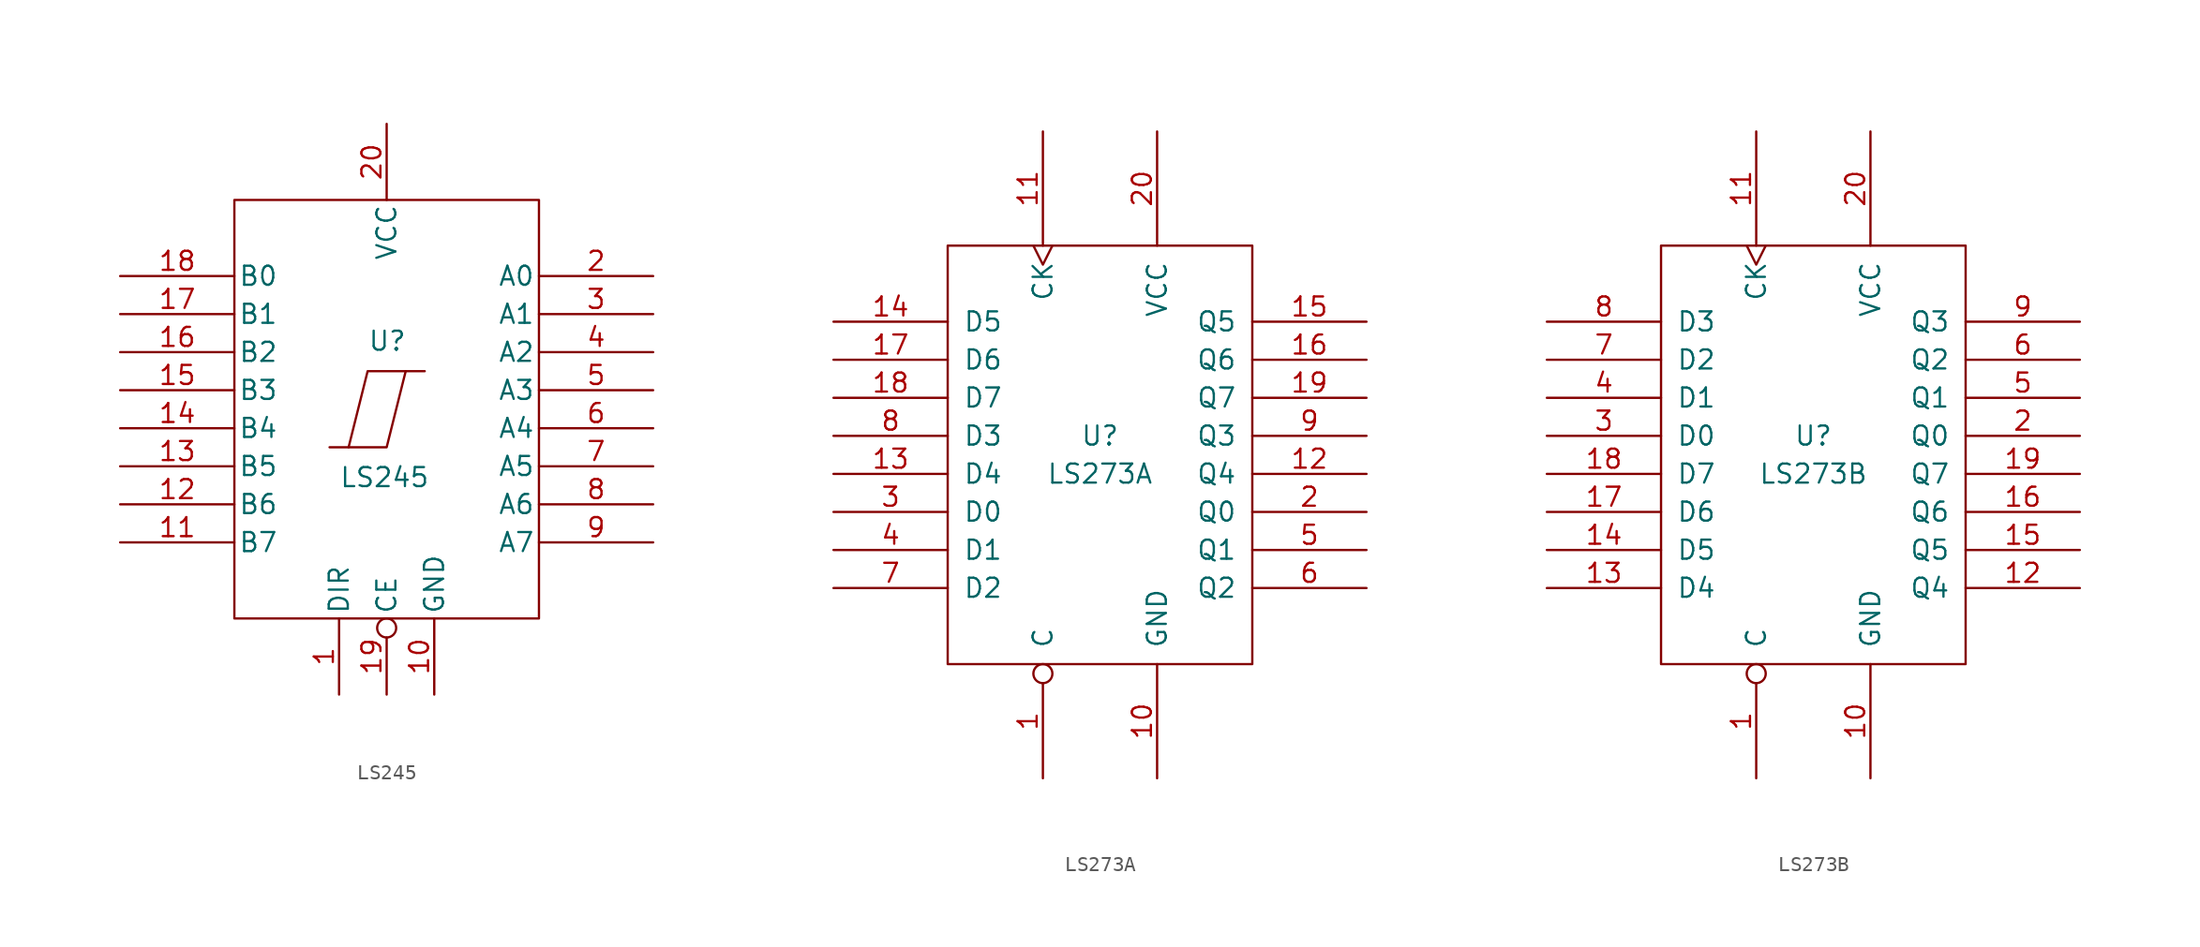
<source format=kicad_sym>
(kicad_symbol_lib
  (version 20211014)
  (generator kicad_symbol_editor)
  (symbol "LS245"
    (pin_names
      (offset 0.254))
    (property "Reference" "U"
      (at -1.27 3.81 0)
      (effects (font (size 1.27 1.27)) (justify left bottom)))
    (property "Value" "LS245"
      (at -3.175 -3.81 0)
      (effects (font (size 1.27 1.27)) (justify left top)))
    (symbol "LS245_0_0"
      (pin power_in line (at 3.175 -19.05 90) (length 5.08) (name "GND" (effects (font (size 1.27 1.27)))) (number "10" (effects (font (size 1.27 1.27)))))
      (pin power_in line (at 0 19.05 270) (length 5.08) (name "VCC" (effects (font (size 1.27 1.27)))) (number "20" (effects (font (size 1.27 1.27))))))
    (symbol "LS245_0_1"
      (rectangle (start -10.16 13.97) (end 10.16 -13.97) (stroke (width 0) (type default) (color 0 0 0 0)) (fill (type none)))
      (polyline (pts (xy 1.27 2.54) (xy 0 -2.54) (xy -2.54 -2.54)) (stroke (width 0) (type default) (color 0 0 0 0)) (fill (type none)))
      (polyline (pts (xy 2.54 2.54) (xy -1.27 2.54) (xy -2.54 -2.54) (xy -3.81 -2.54)) (stroke (width 0) (type default) (color 0 0 0 0)) (fill (type none))))
    (symbol "LS245_1_1"
      (pin input line (at -3.175 -19.05 90) (length 5.08) (name "DIR" (effects (font (size 1.27 1.27)))) (number "1" (effects (font (size 1.27 1.27)))))
      (pin input line (at -17.78 -8.89 0) (length 7.62) (name "B7" (effects (font (size 1.27 1.27)))) (number "11" (effects (font (size 1.27 1.27)))))
      (pin input line (at -17.78 -6.35 0) (length 7.62) (name "B6" (effects (font (size 1.27 1.27)))) (number "12" (effects (font (size 1.27 1.27)))))
      (pin input line (at -17.78 -3.81 0) (length 7.62) (name "B5" (effects (font (size 1.27 1.27)))) (number "13" (effects (font (size 1.27 1.27)))))
      (pin input line (at -17.78 -1.27 0) (length 7.62) (name "B4" (effects (font (size 1.27 1.27)))) (number "14" (effects (font (size 1.27 1.27)))))
      (pin input line (at -17.78 1.27 0) (length 7.62) (name "B3" (effects (font (size 1.27 1.27)))) (number "15" (effects (font (size 1.27 1.27)))))
      (pin input line (at -17.78 3.81 0) (length 7.62) (name "B2" (effects (font (size 1.27 1.27)))) (number "16" (effects (font (size 1.27 1.27)))))
      (pin input line (at -17.78 6.35 0) (length 7.62) (name "B1" (effects (font (size 1.27 1.27)))) (number "17" (effects (font (size 1.27 1.27)))))
      (pin input line (at -17.78 8.89 0) (length 7.62) (name "B0" (effects (font (size 1.27 1.27)))) (number "18" (effects (font (size 1.27 1.27)))))
      (pin input inverted (at 0 -19.05 90) (length 5.08) (name "CE" (effects (font (size 1.27 1.27)))) (number "19" (effects (font (size 1.27 1.27)))))
      (pin bidirectional line (at 17.78 8.89 180) (length 7.62) (name "A0" (effects (font (size 1.27 1.27)))) (number "2" (effects (font (size 1.27 1.27)))))
      (pin bidirectional line (at 17.78 6.35 180) (length 7.62) (name "A1" (effects (font (size 1.27 1.27)))) (number "3" (effects (font (size 1.27 1.27)))))
      (pin bidirectional line (at 17.78 3.81 180) (length 7.62) (name "A2" (effects (font (size 1.27 1.27)))) (number "4" (effects (font (size 1.27 1.27)))))
      (pin bidirectional line (at 17.78 1.27 180) (length 7.62) (name "A3" (effects (font (size 1.27 1.27)))) (number "5" (effects (font (size 1.27 1.27)))))
      (pin bidirectional line (at 17.78 -1.27 180) (length 7.62) (name "A4" (effects (font (size 1.27 1.27)))) (number "6" (effects (font (size 1.27 1.27)))))
      (pin bidirectional line (at 17.78 -3.81 180) (length 7.62) (name "A5" (effects (font (size 1.27 1.27)))) (number "7" (effects (font (size 1.27 1.27)))))
      (pin bidirectional line (at 17.78 -6.35 180) (length 7.62) (name "A6" (effects (font (size 1.27 1.27)))) (number "8" (effects (font (size 1.27 1.27)))))
      (pin bidirectional line (at 17.78 -8.89 180) (length 7.62) (name "A7" (effects (font (size 1.27 1.27)))) (number "9" (effects (font (size 1.27 1.27)))))))
  (symbol "LS273A"
    (pin_names
      (offset 1.016))
    (property "Reference" "U"
      (at 0 1.27 0)
      (effects (font (size 1.27 1.27))))
    (property "Value" "LS273A"
      (at 0 -1.27 0)
      (effects (font (size 1.27 1.27))))
    (symbol "LS273A_0_0"
      (pin power_in line (at 3.81 -21.59 90) (length 7.62) (name "GND" (effects (font (size 1.27 1.27)))) (number "10" (effects (font (size 1.27 1.27))))))
    (symbol "LS273A_0_1"
      (rectangle (start -10.16 13.97) (end 10.16 -13.97) (stroke (width 0) (type default) (color 0 0 0 0)) (fill (type none))))
    (symbol "LS273A_1_0"
      (pin power_in line (at 3.81 21.59 270) (length 7.62) (name "VCC" (effects (font (size 1.27 1.27)))) (number "20" (effects (font (size 1.27 1.27))))))
    (symbol "LS273A_1_1"
      (pin input inverted (at -3.81 -21.59 90) (length 7.62) (name "C" (effects (font (size 1.27 1.27)))) (number "1" (effects (font (size 1.27 1.27)))))
      (pin input clock (at -3.81 21.59 270) (length 7.62) (name "CK" (effects (font (size 1.27 1.27)))) (number "11" (effects (font (size 1.27 1.27)))))
      (pin output line (at 17.78 -1.27 180) (length 7.62) (name "Q4" (effects (font (size 1.27 1.27)))) (number "12" (effects (font (size 1.27 1.27)))))
      (pin input line (at -17.78 -1.27 0) (length 7.62) (name "D4" (effects (font (size 1.27 1.27)))) (number "13" (effects (font (size 1.27 1.27)))))
      (pin input line (at -17.78 8.89 0) (length 7.62) (name "D5" (effects (font (size 1.27 1.27)))) (number "14" (effects (font (size 1.27 1.27)))))
      (pin output line (at 17.78 8.89 180) (length 7.62) (name "Q5" (effects (font (size 1.27 1.27)))) (number "15" (effects (font (size 1.27 1.27)))))
      (pin output line (at 17.78 6.35 180) (length 7.62) (name "Q6" (effects (font (size 1.27 1.27)))) (number "16" (effects (font (size 1.27 1.27)))))
      (pin input line (at -17.78 6.35 0) (length 7.62) (name "D6" (effects (font (size 1.27 1.27)))) (number "17" (effects (font (size 1.27 1.27)))))
      (pin input line (at -17.78 3.81 0) (length 7.62) (name "D7" (effects (font (size 1.27 1.27)))) (number "18" (effects (font (size 1.27 1.27)))))
      (pin output line (at 17.78 3.81 180) (length 7.62) (name "Q7" (effects (font (size 1.27 1.27)))) (number "19" (effects (font (size 1.27 1.27)))))
      (pin output line (at 17.78 -3.81 180) (length 7.62) (name "Q0" (effects (font (size 1.27 1.27)))) (number "2" (effects (font (size 1.27 1.27)))))
      (pin input line (at -17.78 -3.81 0) (length 7.62) (name "D0" (effects (font (size 1.27 1.27)))) (number "3" (effects (font (size 1.27 1.27)))))
      (pin input line (at -17.78 -6.35 0) (length 7.62) (name "D1" (effects (font (size 1.27 1.27)))) (number "4" (effects (font (size 1.27 1.27)))))
      (pin output line (at 17.78 -6.35 180) (length 7.62) (name "Q1" (effects (font (size 1.27 1.27)))) (number "5" (effects (font (size 1.27 1.27)))))
      (pin output line (at 17.78 -8.89 180) (length 7.62) (name "Q2" (effects (font (size 1.27 1.27)))) (number "6" (effects (font (size 1.27 1.27)))))
      (pin input line (at -17.78 -8.89 0) (length 7.62) (name "D2" (effects (font (size 1.27 1.27)))) (number "7" (effects (font (size 1.27 1.27)))))
      (pin input line (at -17.78 1.27 0) (length 7.62) (name "D3" (effects (font (size 1.27 1.27)))) (number "8" (effects (font (size 1.27 1.27)))))
      (pin output line (at 17.78 1.27 180) (length 7.62) (name "Q3" (effects (font (size 1.27 1.27)))) (number "9" (effects (font (size 1.27 1.27)))))))
  (symbol "LS273B"
    (pin_names
      (offset 1.016))
    (property "Reference" "U"
      (at 0 1.27 0)
      (effects (font (size 1.27 1.27))))
    (property "Value" "LS273B"
      (at 0 -1.27 0)
      (effects (font (size 1.27 1.27))))
    (symbol "LS273B_0_0"
      (pin power_in line (at 3.81 -21.59 90) (length 7.62) (name "GND" (effects (font (size 1.27 1.27)))) (number "10" (effects (font (size 1.27 1.27))))))
    (symbol "LS273B_0_1"
      (rectangle (start -10.16 13.97) (end 10.16 -13.97) (stroke (width 0) (type default) (color 0 0 0 0)) (fill (type none))))
    (symbol "LS273B_1_0"
      (pin power_in line (at 3.81 21.59 270) (length 7.62) (name "VCC" (effects (font (size 1.27 1.27)))) (number "20" (effects (font (size 1.27 1.27))))))
    (symbol "LS273B_1_1"
      (pin input inverted (at -3.81 -21.59 90) (length 7.62) (name "C" (effects (font (size 1.27 1.27)))) (number "1" (effects (font (size 1.27 1.27)))))
      (pin input clock (at -3.81 21.59 270) (length 7.62) (name "CK" (effects (font (size 1.27 1.27)))) (number "11" (effects (font (size 1.27 1.27)))))
      (pin output line (at 17.78 -8.89 180) (length 7.62) (name "Q4" (effects (font (size 1.27 1.27)))) (number "12" (effects (font (size 1.27 1.27)))))
      (pin input line (at -17.78 -8.89 0) (length 7.62) (name "D4" (effects (font (size 1.27 1.27)))) (number "13" (effects (font (size 1.27 1.27)))))
      (pin input line (at -17.78 -6.35 0) (length 7.62) (name "D5" (effects (font (size 1.27 1.27)))) (number "14" (effects (font (size 1.27 1.27)))))
      (pin output line (at 17.78 -6.35 180) (length 7.62) (name "Q5" (effects (font (size 1.27 1.27)))) (number "15" (effects (font (size 1.27 1.27)))))
      (pin output line (at 17.78 -3.81 180) (length 7.62) (name "Q6" (effects (font (size 1.27 1.27)))) (number "16" (effects (font (size 1.27 1.27)))))
      (pin input line (at -17.78 -3.81 0) (length 7.62) (name "D6" (effects (font (size 1.27 1.27)))) (number "17" (effects (font (size 1.27 1.27)))))
      (pin input line (at -17.78 -1.27 0) (length 7.62) (name "D7" (effects (font (size 1.27 1.27)))) (number "18" (effects (font (size 1.27 1.27)))))
      (pin output line (at 17.78 -1.27 180) (length 7.62) (name "Q7" (effects (font (size 1.27 1.27)))) (number "19" (effects (font (size 1.27 1.27)))))
      (pin output line (at 17.78 1.27 180) (length 7.62) (name "Q0" (effects (font (size 1.27 1.27)))) (number "2" (effects (font (size 1.27 1.27)))))
      (pin input line (at -17.78 1.27 0) (length 7.62) (name "D0" (effects (font (size 1.27 1.27)))) (number "3" (effects (font (size 1.27 1.27)))))
      (pin input line (at -17.78 3.81 0) (length 7.62) (name "D1" (effects (font (size 1.27 1.27)))) (number "4" (effects (font (size 1.27 1.27)))))
      (pin output line (at 17.78 3.81 180) (length 7.62) (name "Q1" (effects (font (size 1.27 1.27)))) (number "5" (effects (font (size 1.27 1.27)))))
      (pin output line (at 17.78 6.35 180) (length 7.62) (name "Q2" (effects (font (size 1.27 1.27)))) (number "6" (effects (font (size 1.27 1.27)))))
      (pin input line (at -17.78 6.35 0) (length 7.62) (name "D2" (effects (font (size 1.27 1.27)))) (number "7" (effects (font (size 1.27 1.27)))))
      (pin input line (at -17.78 8.89 0) (length 7.62) (name "D3" (effects (font (size 1.27 1.27)))) (number "8" (effects (font (size 1.27 1.27)))))
      (pin output line (at 17.78 8.89 180) (length 7.62) (name "Q3" (effects (font (size 1.27 1.27)))) (number "9" (effects (font (size 1.27 1.27))))))))
</source>
